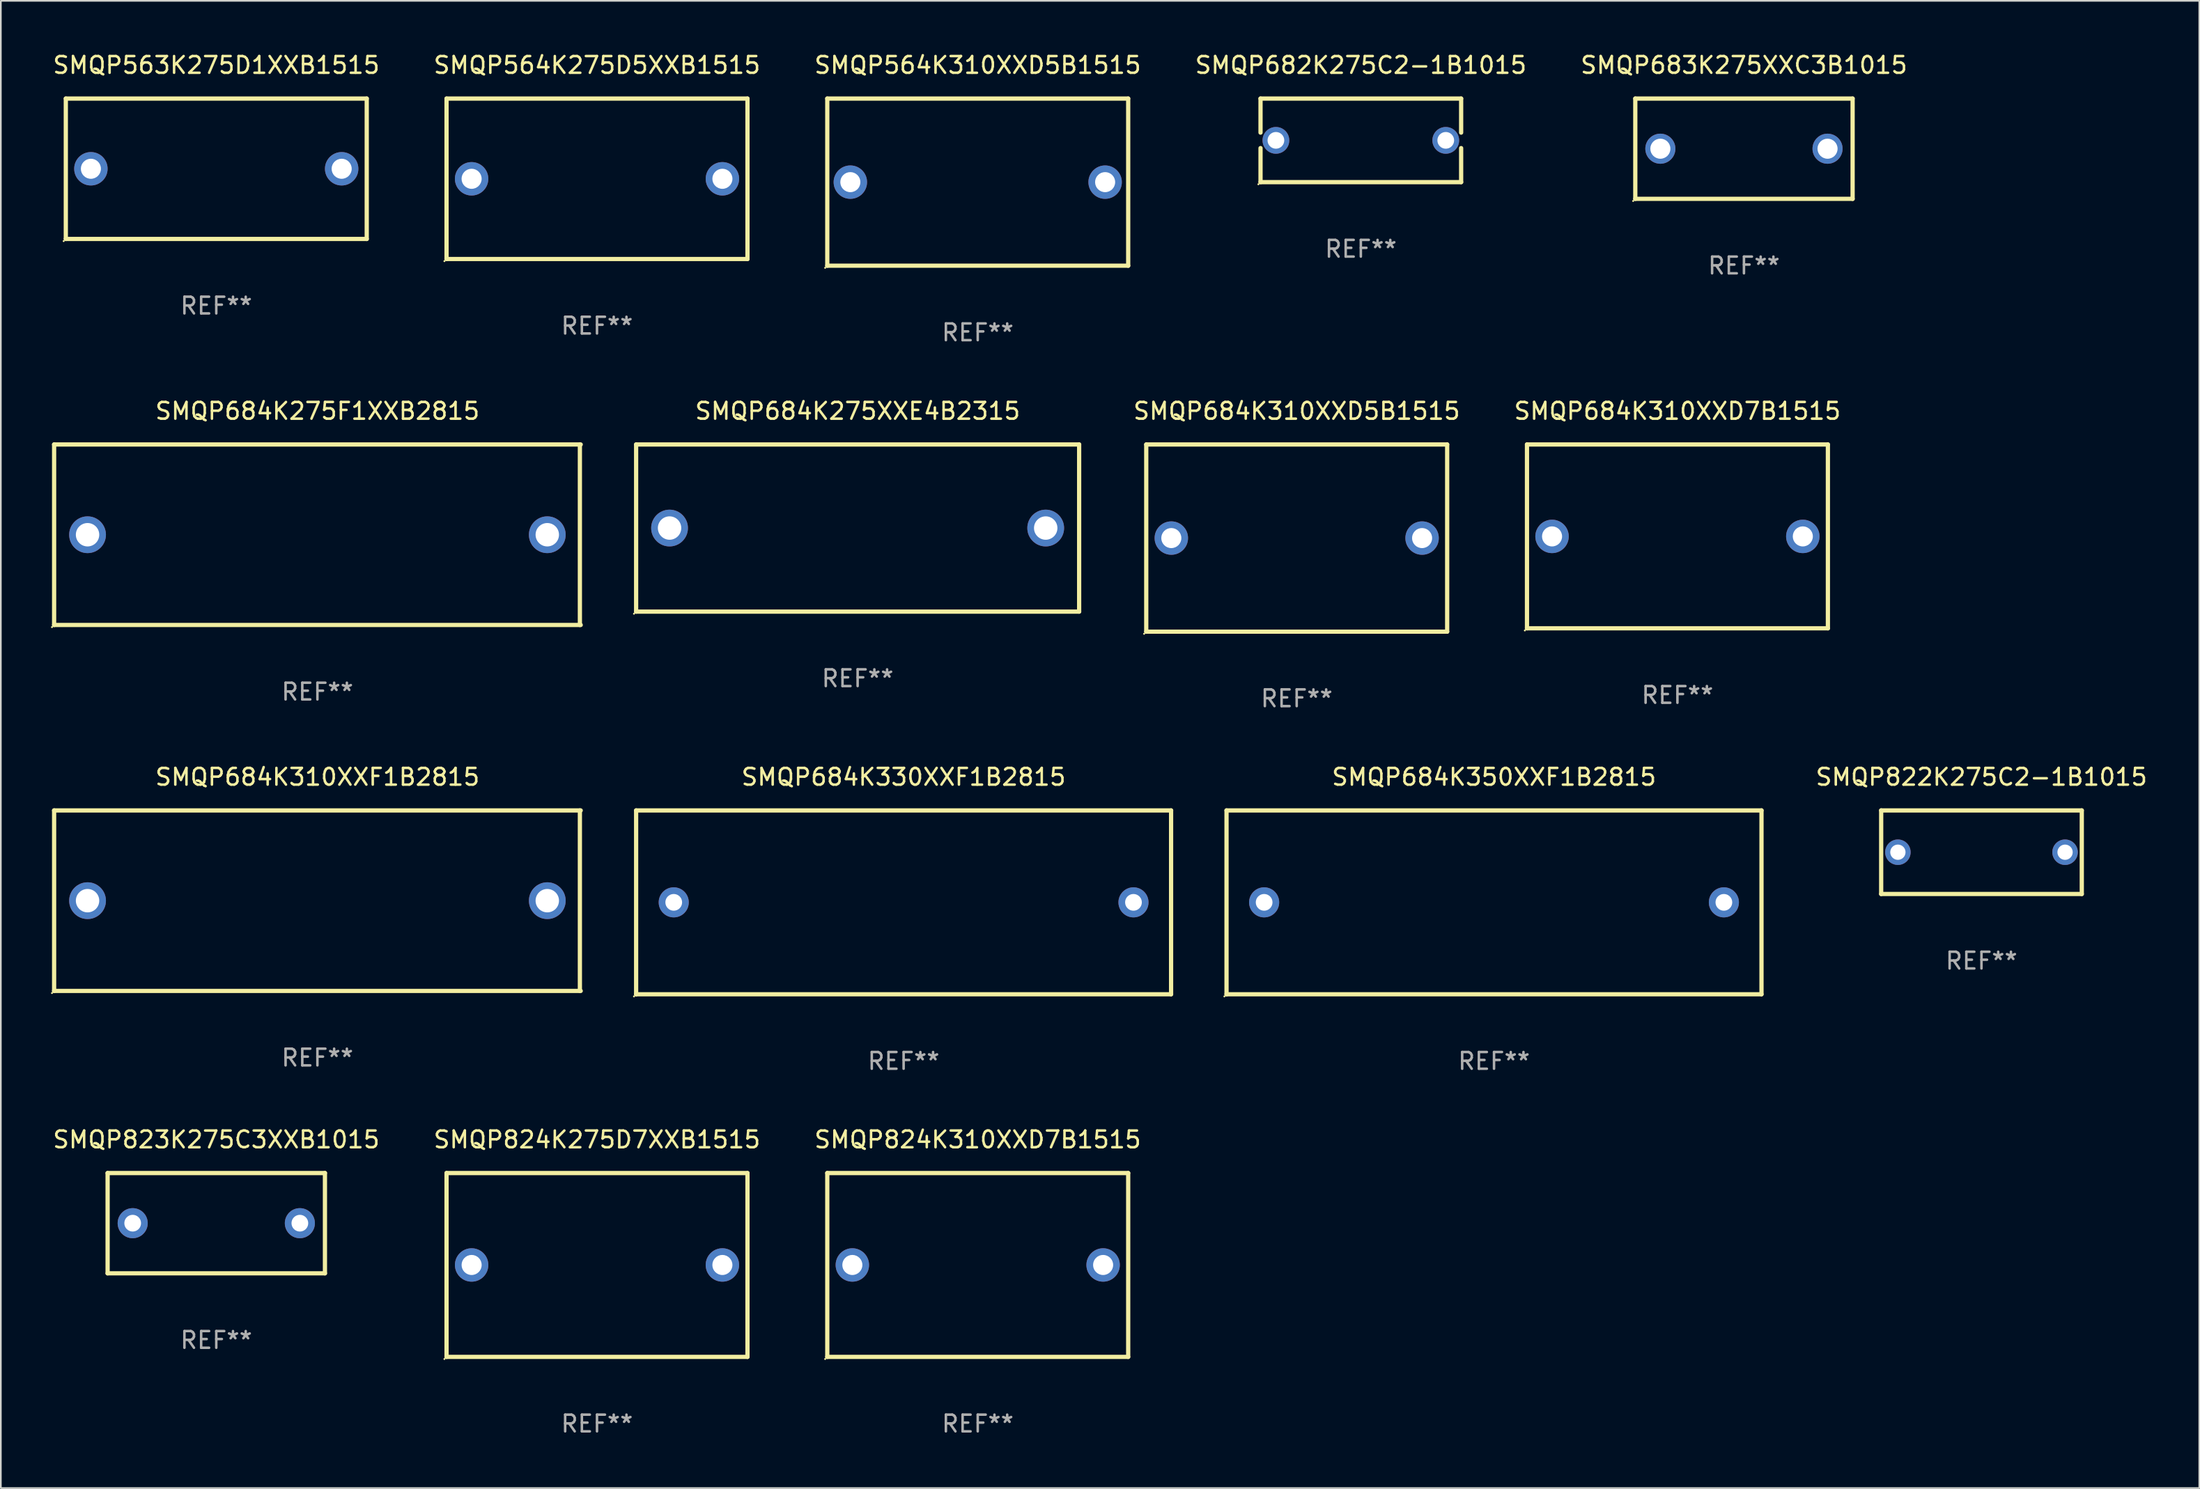
<source format=kicad_pcb>
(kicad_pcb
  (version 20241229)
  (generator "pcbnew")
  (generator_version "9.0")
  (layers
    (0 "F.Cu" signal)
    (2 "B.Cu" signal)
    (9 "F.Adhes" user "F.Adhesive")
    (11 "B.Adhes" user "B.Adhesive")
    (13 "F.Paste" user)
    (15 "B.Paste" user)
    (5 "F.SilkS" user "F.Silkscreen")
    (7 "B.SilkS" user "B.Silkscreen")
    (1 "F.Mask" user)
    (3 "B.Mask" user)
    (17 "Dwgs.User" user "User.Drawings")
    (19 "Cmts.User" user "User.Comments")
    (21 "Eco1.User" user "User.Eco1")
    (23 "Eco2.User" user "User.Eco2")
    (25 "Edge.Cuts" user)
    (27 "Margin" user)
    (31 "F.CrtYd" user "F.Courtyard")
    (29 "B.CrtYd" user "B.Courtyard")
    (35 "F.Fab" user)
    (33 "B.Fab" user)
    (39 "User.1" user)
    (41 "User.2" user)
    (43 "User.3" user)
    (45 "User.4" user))
  (footprint "SMQP683K275XXC3B1015"
    (layer "F.Cu")
    (at 101.268 5.848)
    (property "Reference" "SMQP683K275XXC3B1015" (at 0 -5 0) (layer "F.SilkS") (effects (font (size 1 1) (thickness 0.15))))
    (attr through_hole)
    (fp_line (start -6.5 -3) (end 6.5 -3) (stroke (width 0.254) (type solid)) (layer "F.SilkS"))
    (fp_line (start -6.5 3) (end -6.5 -3) (stroke (width 0.254) (type solid)) (layer "F.SilkS"))
    (fp_line (start -6.5 3) (end 6.5 3) (stroke (width 0.254) (type solid)) (layer "F.SilkS"))
    (fp_line (start 6.5 -3) (end 6.5 3) (stroke (width 0.254) (type solid)) (layer "F.SilkS"))
    (fp_circle (center -6.627 3.127) (end -6.597 3.127) (stroke (width 0.06) (type solid)) (fill no) (layer "F.SilkS"))
    (fp_text user "REF**" (at 0 7 0) (layer "F.Fab") (effects (font (size 1 1) (thickness 0.15))))
    (pad "1" thru_hole circle (at -5 0) (size 1.8 1.8) (drill 1.2) (layers "*.Cu" "*.Mask"))
    (pad "2" thru_hole circle (at 5 0) (size 1.8 1.8) (drill 1.2) (layers "*.Cu" "*.Mask")))
  (footprint "SMQP684K310XXF1B2815"
    (layer "F.Cu")
    (at 15.937 50.841)
    (property "Reference" "SMQP684K310XXF1B2815" (at 0 -7.4 0) (layer "F.SilkS") (effects (font (size 1 1) (thickness 0.15))))
    (attr through_hole)
    (fp_line (start -15.75 -5.4) (end 15.75 -5.4) (stroke (width 0.254) (type solid)) (layer "F.SilkS"))
    (fp_line (start -15.75 5.4) (end -15.75 -5.4) (stroke (width 0.254) (type solid)) (layer "F.SilkS"))
    (fp_line (start 15.7 -5.4) (end 15.7 5.4) (stroke (width 0.254) (type solid)) (layer "F.SilkS"))
    (fp_line (start 15.75 5.4) (end -15.75 5.4) (stroke (width 0.254) (type solid)) (layer "F.SilkS"))
    (fp_circle (center -15.877 5.527) (end -15.847 5.527) (stroke (width 0.06) (type solid)) (fill no) (layer "F.SilkS"))
    (fp_text user "REF**" (at 0 9.4 0) (layer "F.Fab") (effects (font (size 1 1) (thickness 0.15))))
    (pad "1" thru_hole circle (at -13.75 0) (size 2.2 2.2) (drill 1.4) (layers "*.Cu" "*.Mask"))
    (pad "2" thru_hole circle (at 13.75 0) (size 2.2 2.2) (drill 1.4) (layers "*.Cu" "*.Mask")))
  (footprint "SMQP684K310XXD5B1515"
    (layer "F.Cu")
    (at 74.515 29.145)
    (property "Reference" "SMQP684K310XXD5B1515" (at 0 -7.6 0) (layer "F.SilkS") (effects (font (size 1 1) (thickness 0.15))))
    (attr through_hole)
    (fp_line (start -9 -5.6) (end 9 -5.6) (stroke (width 0.254) (type solid)) (layer "F.SilkS"))
    (fp_line (start -9 5.6) (end -9 -5.6) (stroke (width 0.254) (type solid)) (layer "F.SilkS"))
    (fp_line (start 9 -5.6) (end 9 5.6) (stroke (width 0.254) (type solid)) (layer "F.SilkS"))
    (fp_line (start 9 5.6) (end -9 5.6) (stroke (width 0.254) (type solid)) (layer "F.SilkS"))
    (fp_circle (center -9.127 5.727) (end -9.097 5.727) (stroke (width 0.06) (type solid)) (fill no) (layer "F.SilkS"))
    (fp_text user "REF**" (at 0 9.6 0) (layer "F.Fab") (effects (font (size 1 1) (thickness 0.15))))
    (pad "1" thru_hole circle (at -7.5 0) (size 2 2) (drill 1.2) (layers "*.Cu" "*.Mask"))
    (pad "2" thru_hole circle (at 7.5 0) (size 2 2) (drill 1.2) (layers "*.Cu" "*.Mask")))
  (footprint "SMQP684K350XXF1B2815"
    (layer "F.Cu")
    (at 86.318 50.941)
    (property "Reference" "SMQP684K350XXF1B2815" (at 0 -7.5 0) (layer "F.SilkS") (effects (font (size 1 1) (thickness 0.15))))
    (attr through_hole)
    (fp_line (start -16.001 -5.5) (end -16.001 5.5) (stroke (width 0.254) (type solid)) (layer "F.SilkS"))
    (fp_line (start -16.001 -5.5) (end 16.001 -5.5) (stroke (width 0.254) (type solid)) (layer "F.SilkS"))
    (fp_line (start -16.001 5.5) (end 15.999 5.5) (stroke (width 0.254) (type solid)) (layer "F.SilkS"))
    (fp_line (start 15.999 -5.5) (end 15.999 5.5) (stroke (width 0.254) (type solid)) (layer "F.SilkS"))
    (fp_circle (center -16.128 5.627) (end -16.098 5.627) (stroke (width 0.06) (type solid)) (fill no) (layer "F.SilkS"))
    (fp_text user "REF**" (at 0 9.5 0) (layer "F.Fab") (effects (font (size 1 1) (thickness 0.15))))
    (pad "1" thru_hole circle (at -13.751 0) (size 1.8 1.8) (drill 1) (layers "*.Cu" "*.Mask"))
    (pad "2" thru_hole circle (at 13.749 0) (size 1.8 1.8) (drill 1) (layers "*.Cu" "*.Mask")))
  (footprint "SMQP822K275C2-1B1015"
    (layer "F.Cu")
    (at 115.476 47.941)
    (property "Reference" "SMQP822K275C2-1B1015" (at 0 -4.5 0) (layer "F.SilkS") (effects (font (size 1 1) (thickness 0.15))))
    (attr through_hole)
    (fp_line (start -6 -2.5) (end 6 -2.5) (stroke (width 0.254) (type solid)) (layer "F.SilkS"))
    (fp_line (start -6 2.5) (end -6 -2.5) (stroke (width 0.254) (type solid)) (layer "F.SilkS"))
    (fp_line (start 6 -2.5) (end 6 2.5) (stroke (width 0.254) (type solid)) (layer "F.SilkS"))
    (fp_line (start 6 2.5) (end -6 2.5) (stroke (width 0.254) (type solid)) (layer "F.SilkS"))
    (fp_circle (center -6 2.5) (end -5.97 2.5) (stroke (width 0.06) (type solid)) (fill no) (layer "F.SilkS"))
    (fp_text user "REF**" (at 0 6.5 0) (layer "F.Fab") (effects (font (size 1 1) (thickness 0.15))))
    (pad "1" thru_hole circle (at -5 0) (size 1.524 1.524) (drill 0.914) (layers "*.Cu" "*.Mask"))
    (pad "2" thru_hole circle (at 5 0) (size 1.524 1.524) (drill 0.914) (layers "*.Cu" "*.Mask")))
  (footprint "SMQP684K275XXE4B2315"
    (layer "F.Cu")
    (at 48.251 28.545)
    (property "Reference" "SMQP684K275XXE4B2315" (at 0 -7 0) (layer "F.SilkS") (effects (font (size 1 1) (thickness 0.15))))
    (attr through_hole)
    (fp_line (start -13.25 -5) (end 13.25 -5) (stroke (width 0.254) (type solid)) (layer "F.SilkS"))
    (fp_line (start -13.25 5) (end -13.25 -5) (stroke (width 0.254) (type solid)) (layer "F.SilkS"))
    (fp_line (start 13.25 -5) (end 13.25 5) (stroke (width 0.254) (type solid)) (layer "F.SilkS"))
    (fp_line (start 13.25 5) (end -13.25 5) (stroke (width 0.254) (type solid)) (layer "F.SilkS"))
    (fp_circle (center -13.377 5.127) (end -13.347 5.127) (stroke (width 0.06) (type solid)) (fill no) (layer "F.SilkS"))
    (fp_text user "REF**" (at 0 9 0) (layer "F.Fab") (effects (font (size 1 1) (thickness 0.15))))
    (pad "1" thru_hole circle (at -11.25 0) (size 2.2 2.2) (drill 1.4) (layers "*.Cu" "*.Mask"))
    (pad "2" thru_hole circle (at 11.25 0) (size 2.2 2.2) (drill 1.4) (layers "*.Cu" "*.Mask")))
  (footprint "SMQP824K310XXD7B1515"
    (layer "F.Cu")
    (at 55.435 72.638)
    (property "Reference" "SMQP824K310XXD7B1515" (at 0 -7.5 0) (layer "F.SilkS") (effects (font (size 1 1) (thickness 0.15))))
    (attr through_hole)
    (fp_line (start -9 -5.5) (end 9 -5.5) (stroke (width 0.254) (type solid)) (layer "F.SilkS"))
    (fp_line (start -9 5.5) (end -9 -5.5) (stroke (width 0.254) (type solid)) (layer "F.SilkS"))
    (fp_line (start 9 -5.5) (end 9 5.5) (stroke (width 0.254) (type solid)) (layer "F.SilkS"))
    (fp_line (start 9 5.5) (end -9 5.5) (stroke (width 0.254) (type solid)) (layer "F.SilkS"))
    (fp_circle (center -9.127 5.627) (end -9.097 5.627) (stroke (width 0.06) (type solid)) (fill no) (layer "F.SilkS"))
    (fp_text user "REF**" (at 0 9.5 0) (layer "F.Fab") (effects (font (size 1 1) (thickness 0.15))))
    (pad "1" thru_hole circle (at -7.5 0) (size 2 2) (drill 1.2) (layers "*.Cu" "*.Mask"))
    (pad "2" thru_hole circle (at 7.5 0) (size 2 2) (drill 1.2) (layers "*.Cu" "*.Mask")))
  (footprint "SMQP684K330XXF1B2815"
    (layer "F.Cu")
    (at 51.002 50.941)
    (property "Reference" "SMQP684K330XXF1B2815" (at 0 -7.5 0) (layer "F.SilkS") (effects (font (size 1 1) (thickness 0.15))))
    (attr through_hole)
    (fp_line (start -16.001 -5.5) (end -16.001 5.5) (stroke (width 0.254) (type solid)) (layer "F.SilkS"))
    (fp_line (start -16.001 -5.5) (end 16.001 -5.5) (stroke (width 0.254) (type solid)) (layer "F.SilkS"))
    (fp_line (start -16.001 5.5) (end 15.999 5.5) (stroke (width 0.254) (type solid)) (layer "F.SilkS"))
    (fp_line (start 15.999 -5.5) (end 15.999 5.5) (stroke (width 0.254) (type solid)) (layer "F.SilkS"))
    (fp_circle (center -16.128 5.627) (end -16.098 5.627) (stroke (width 0.06) (type solid)) (fill no) (layer "F.SilkS"))
    (fp_text user "REF**" (at 0 9.5 0) (layer "F.Fab") (effects (font (size 1 1) (thickness 0.15))))
    (pad "1" thru_hole circle (at -13.751 0) (size 1.8 1.8) (drill 1) (layers "*.Cu" "*.Mask"))
    (pad "2" thru_hole circle (at 13.749 0) (size 1.8 1.8) (drill 1) (layers "*.Cu" "*.Mask")))
  (footprint "SMQP563K275D1XXB1515"
    (layer "F.Cu")
    (at 9.887 7.048)
    (property "Reference" "SMQP563K275D1XXB1515" (at 0 -6.2 0) (layer "F.SilkS") (effects (font (size 1 1) (thickness 0.15))))
    (attr through_hole)
    (fp_line (start -9 -4.2) (end 9 -4.2) (stroke (width 0.254) (type solid)) (layer "F.SilkS"))
    (fp_line (start -9 4.2) (end -9 -4.2) (stroke (width 0.254) (type solid)) (layer "F.SilkS"))
    (fp_line (start 9 -4.2) (end 9 4.2) (stroke (width 0.254) (type solid)) (layer "F.SilkS"))
    (fp_line (start 9 4.2) (end -9 4.2) (stroke (width 0.254) (type solid)) (layer "F.SilkS"))
    (fp_circle (center -9.127 4.327) (end -9.097 4.327) (stroke (width 0.06) (type solid)) (fill no) (layer "F.SilkS"))
    (fp_text user "REF**" (at 0 8.2 0) (layer "F.Fab") (effects (font (size 1 1) (thickness 0.15))))
    (pad "1" thru_hole circle (at -7.5 0) (size 2 2) (drill 1.2) (layers "*.Cu" "*.Mask"))
    (pad "2" thru_hole circle (at 7.5 0) (size 2 2) (drill 1.2) (layers "*.Cu" "*.Mask")))
  (footprint "SMQP564K310XXD5B1515"
    (layer "F.Cu")
    (at 55.435 7.848)
    (property "Reference" "SMQP564K310XXD5B1515" (at 0 -7 0) (layer "F.SilkS") (effects (font (size 1 1) (thickness 0.15))))
    (attr through_hole)
    (fp_line (start -9 -5) (end 9 -5) (stroke (width 0.254) (type solid)) (layer "F.SilkS"))
    (fp_line (start -9 5) (end -9 -5) (stroke (width 0.254) (type solid)) (layer "F.SilkS"))
    (fp_line (start 9 -5) (end 9 5) (stroke (width 0.254) (type solid)) (layer "F.SilkS"))
    (fp_line (start 9 5) (end -9 5) (stroke (width 0.254) (type solid)) (layer "F.SilkS"))
    (fp_circle (center -9.127 5.127) (end -9.097 5.127) (stroke (width 0.06) (type solid)) (fill no) (layer "F.SilkS"))
    (fp_text user "REF**" (at 0 9 0) (layer "F.Fab") (effects (font (size 1 1) (thickness 0.15))))
    (pad "1" thru_hole circle (at -7.62 0) (size 2 2) (drill 1.2) (layers "*.Cu" "*.Mask"))
    (pad "2" thru_hole circle (at 7.62 0) (size 2 2) (drill 1.2) (layers "*.Cu" "*.Mask")))
  (footprint "SMQP823K275C3XXB1015"
    (layer "F.Cu")
    (at 9.887 70.138)
    (property "Reference" "SMQP823K275C3XXB1015" (at 0 -5 0) (layer "F.SilkS") (effects (font (size 1 1) (thickness 0.15))))
    (attr through_hole)
    (fp_line (start -6.5 -3) (end 6.5 -3) (stroke (width 0.254) (type solid)) (layer "F.SilkS"))
    (fp_line (start -6.5 3) (end -6.5 -3) (stroke (width 0.254) (type solid)) (layer "F.SilkS"))
    (fp_line (start 6.5 -3) (end 6.5 3) (stroke (width 0.254) (type solid)) (layer "F.SilkS"))
    (fp_line (start 6.5 3) (end -6.5 3) (stroke (width 0.254) (type solid)) (layer "F.SilkS"))
    (fp_circle (center -6.5 3) (end -6.47 3) (stroke (width 0.06) (type solid)) (fill no) (layer "F.SilkS"))
    (fp_text user "REF**" (at 0 7 0) (layer "F.Fab") (effects (font (size 1 1) (thickness 0.15))))
    (pad "1" thru_hole circle (at -5 0) (size 1.8 1.8) (drill 1) (layers "*.Cu" "*.Mask"))
    (pad "2" thru_hole circle (at 5 0) (size 1.8 1.8) (drill 1) (layers "*.Cu" "*.Mask")))
  (footprint "SMQP564K275D5XXB1515"
    (layer "F.Cu")
    (at 32.661 7.648)
    (property "Reference" "SMQP564K275D5XXB1515" (at 0 -6.8 0) (layer "F.SilkS") (effects (font (size 1 1) (thickness 0.15))))
    (attr through_hole)
    (fp_line (start -9 -4.8) (end 9 -4.8) (stroke (width 0.254) (type solid)) (layer "F.SilkS"))
    (fp_line (start -9 4.8) (end -9 -4.8) (stroke (width 0.254) (type solid)) (layer "F.SilkS"))
    (fp_line (start 9 -4.8) (end 9 4.8) (stroke (width 0.254) (type solid)) (layer "F.SilkS"))
    (fp_line (start 9 4.8) (end -9 4.8) (stroke (width 0.254) (type solid)) (layer "F.SilkS"))
    (fp_circle (center -9.127 4.927) (end -9.097 4.927) (stroke (width 0.06) (type solid)) (fill no) (layer "F.SilkS"))
    (fp_text user "REF**" (at 0 8.8 0) (layer "F.Fab") (effects (font (size 1 1) (thickness 0.15))))
    (pad "1" thru_hole circle (at -7.501 0) (size 2 2) (drill 1.2) (layers "*.Cu" "*.Mask"))
    (pad "2" thru_hole circle (at 7.501 0) (size 2 2) (drill 1.2) (layers "*.Cu" "*.Mask")))
  (footprint "SMQP684K275F1XXB2815"
    (layer "F.Cu")
    (at 15.937 28.945)
    (property "Reference" "SMQP684K275F1XXB2815" (at 0 -7.4 0) (layer "F.SilkS") (effects (font (size 1 1) (thickness 0.15))))
    (attr through_hole)
    (fp_line (start -15.75 -5.4) (end 15.75 -5.4) (stroke (width 0.254) (type solid)) (layer "F.SilkS"))
    (fp_line (start -15.75 5.4) (end -15.75 -5.4) (stroke (width 0.254) (type solid)) (layer "F.SilkS"))
    (fp_line (start 15.7 -5.4) (end 15.7 5.4) (stroke (width 0.254) (type solid)) (layer "F.SilkS"))
    (fp_line (start 15.75 5.4) (end -15.75 5.4) (stroke (width 0.254) (type solid)) (layer "F.SilkS"))
    (fp_circle (center -15.877 5.527) (end -15.847 5.527) (stroke (width 0.06) (type solid)) (fill no) (layer "F.SilkS"))
    (fp_text user "REF**" (at 0 9.4 0) (layer "F.Fab") (effects (font (size 1 1) (thickness 0.15))))
    (pad "1" thru_hole circle (at -13.75 0) (size 2.2 2.2) (drill 1.4) (layers "*.Cu" "*.Mask"))
    (pad "2" thru_hole circle (at 13.75 0) (size 2.2 2.2) (drill 1.4) (layers "*.Cu" "*.Mask")))
  (footprint "SMQP684K310XXD7B1515"
    (layer "F.Cu")
    (at 97.289 29.045)
    (property "Reference" "SMQP684K310XXD7B1515" (at 0 -7.5 0) (layer "F.SilkS") (effects (font (size 1 1) (thickness 0.15))))
    (attr through_hole)
    (fp_line (start -9 -5.5) (end 9 -5.5) (stroke (width 0.254) (type solid)) (layer "F.SilkS"))
    (fp_line (start -9 5.5) (end -9 -5.5) (stroke (width 0.254) (type solid)) (layer "F.SilkS"))
    (fp_line (start 9 -5.5) (end 9 5.5) (stroke (width 0.254) (type solid)) (layer "F.SilkS"))
    (fp_line (start 9 5.5) (end -9 5.5) (stroke (width 0.254) (type solid)) (layer "F.SilkS"))
    (fp_circle (center -9.127 5.627) (end -9.097 5.627) (stroke (width 0.06) (type solid)) (fill no) (layer "F.SilkS"))
    (fp_text user "REF**" (at 0 9.5 0) (layer "F.Fab") (effects (font (size 1 1) (thickness 0.15))))
    (pad "1" thru_hole circle (at -7.5 0) (size 2 2) (drill 1.2) (layers "*.Cu" "*.Mask"))
    (pad "2" thru_hole circle (at 7.5 0) (size 2 2) (drill 1.2) (layers "*.Cu" "*.Mask")))
  (footprint "SMQP824K275D7XXB1515"
    (layer "F.Cu")
    (at 32.661 72.638)
    (property "Reference" "SMQP824K275D7XXB1515" (at 0 -7.5 0) (layer "F.SilkS") (effects (font (size 1 1) (thickness 0.15))))
    (attr through_hole)
    (fp_line (start -9 -5.5) (end 9 -5.5) (stroke (width 0.254) (type solid)) (layer "F.SilkS"))
    (fp_line (start -9 5.5) (end -9 -5.5) (stroke (width 0.254) (type solid)) (layer "F.SilkS"))
    (fp_line (start 9 -5.5) (end 9 5.5) (stroke (width 0.254) (type solid)) (layer "F.SilkS"))
    (fp_line (start 9 5.5) (end -9 5.5) (stroke (width 0.254) (type solid)) (layer "F.SilkS"))
    (fp_circle (center -9.127 5.627) (end -9.097 5.627) (stroke (width 0.06) (type solid)) (fill no) (layer "F.SilkS"))
    (fp_text user "REF**" (at 0 9.5 0) (layer "F.Fab") (effects (font (size 1 1) (thickness 0.15))))
    (pad "1" thru_hole circle (at -7.5 0) (size 2 2) (drill 1.2) (layers "*.Cu" "*.Mask"))
    (pad "2" thru_hole circle (at 7.5 0) (size 2 2) (drill 1.2) (layers "*.Cu" "*.Mask")))
  (footprint "SMQP682K275C2-1B1015"
    (layer "F.Cu")
    (at 78.351 5.348)
    (property "Reference" "SMQP682K275C2-1B1015" (at 0 -4.5 0) (layer "F.SilkS") (effects (font (size 1 1) (thickness 0.15))))
    (attr through_hole)
    (fp_line (start -6 -2.5) (end 6 -2.5) (stroke (width 0.254) (type solid)) (layer "F.SilkS"))
    (fp_line (start -6 -0.463) (end -6 -2.5) (stroke (width 0.254) (type solid)) (layer "F.SilkS"))
    (fp_line (start -6 2.5) (end -6 0.463) (stroke (width 0.254) (type solid)) (layer "F.SilkS"))
    (fp_line (start 6 -2.5) (end 6 -0.463) (stroke (width 0.254) (type solid)) (layer "F.SilkS"))
    (fp_line (start 6 0.463) (end 6 2.5) (stroke (width 0.254) (type solid)) (layer "F.SilkS"))
    (fp_line (start 6 2.5) (end -6 2.5) (stroke (width 0.254) (type solid)) (layer "F.SilkS"))
    (fp_circle (center -6.127 2.627) (end -6.097 2.627) (stroke (width 0.06) (type solid)) (fill no) (layer "F.SilkS"))
    (fp_text user "REF**" (at 0 6.5 0) (layer "F.Fab") (effects (font (size 1 1) (thickness 0.15))))
    (pad "1" thru_hole circle (at -5.08 0) (size 1.6 1.6) (drill 1) (layers "*.Cu" "*.Mask"))
    (pad "2" thru_hole circle (at 5.08 0) (size 1.6 1.6) (drill 1) (layers "*.Cu" "*.Mask")))
  (gr_rect
    (start -3 -3)
    (end 128.506 85.986)
    (stroke (width 0.1) (type default))
    (fill no)
    (layer "Edge.Cuts")))
</source>
